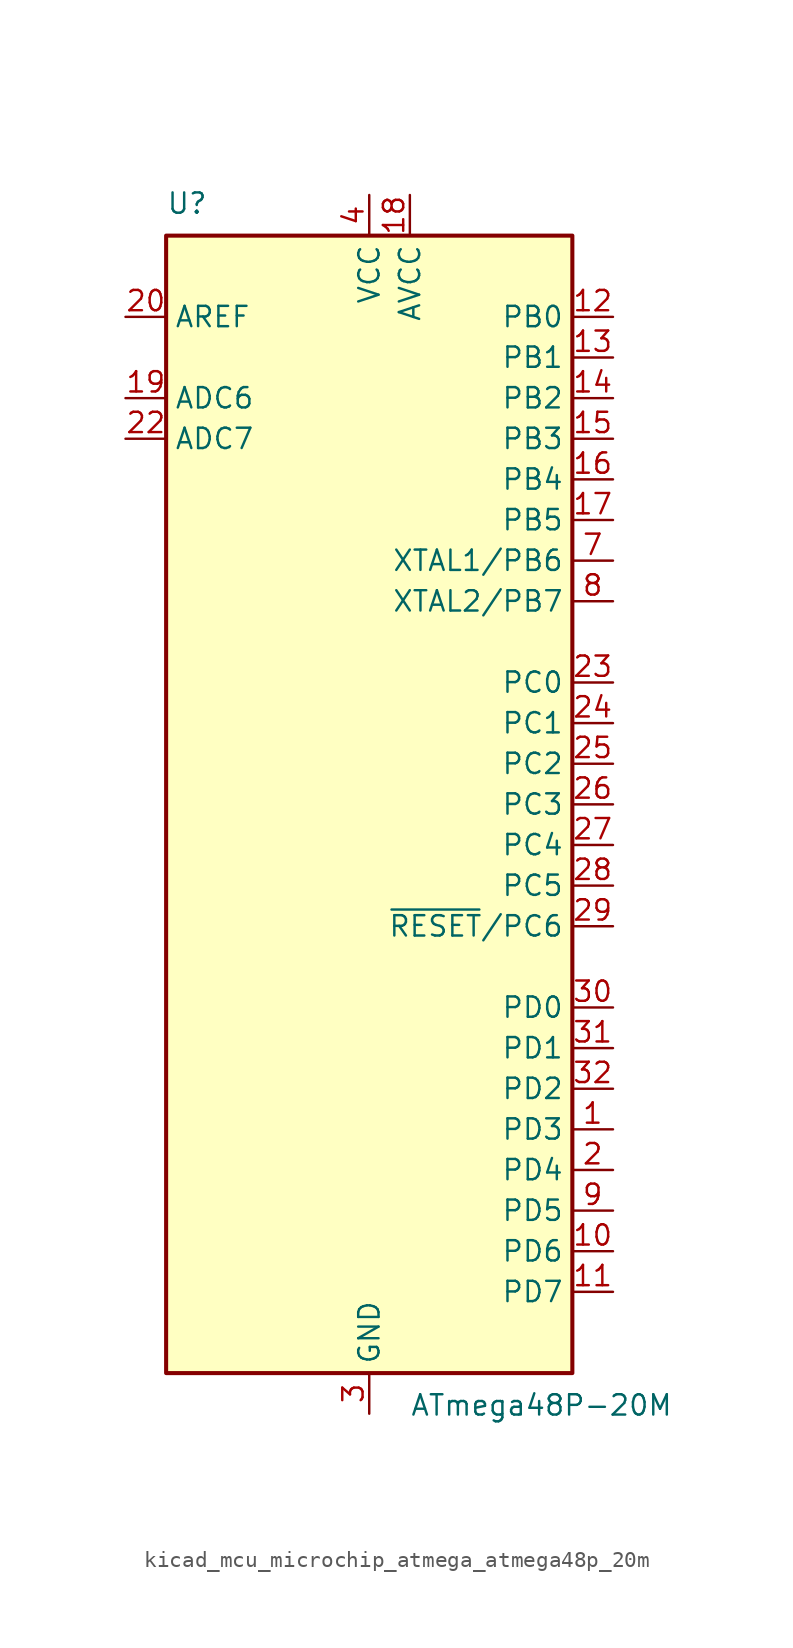
<source format=kicad_sym>
(kicad_symbol_lib
  (version 20220914)
  (generator kicad_symbol_editor)
  (symbol "kicad_mcu_microchip_atmega_atmega48p_20m"
    (property "Reference" "U"
      (at -12.7 36.83 0)
      (effects (font (size 1.27 1.27)) (justify left bottom)))
    (property "Value" "ATmega48P-20M"
      (at 2.54 -36.83 0)
      (effects (font (size 1.27 1.27)) (justify left top)))
    (symbol "kicad_mcu_microchip_atmega_atmega48p_20m_0_1"
      (rectangle (start -12.7 -35.56) (end 12.7 35.56) (stroke (width 0.254) (type default)) (fill (type background))))
    (symbol "kicad_mcu_microchip_atmega_atmega48p_20m_1_1"
      (pin bidirectional line (at 15.24 -20.32 180) (length 2.54) (name "PD3" (effects (font (size 1.27 1.27)))) (number "1" (effects (font (size 1.27 1.27)))))
      (pin bidirectional line (at 15.24 -27.94 180) (length 2.54) (name "PD6" (effects (font (size 1.27 1.27)))) (number "10" (effects (font (size 1.27 1.27)))))
      (pin bidirectional line (at 15.24 -30.48 180) (length 2.54) (name "PD7" (effects (font (size 1.27 1.27)))) (number "11" (effects (font (size 1.27 1.27)))))
      (pin bidirectional line (at 15.24 30.48 180) (length 2.54) (name "PB0" (effects (font (size 1.27 1.27)))) (number "12" (effects (font (size 1.27 1.27)))))
      (pin bidirectional line (at 15.24 27.94 180) (length 2.54) (name "PB1" (effects (font (size 1.27 1.27)))) (number "13" (effects (font (size 1.27 1.27)))))
      (pin bidirectional line (at 15.24 25.4 180) (length 2.54) (name "PB2" (effects (font (size 1.27 1.27)))) (number "14" (effects (font (size 1.27 1.27)))))
      (pin bidirectional line (at 15.24 22.86 180) (length 2.54) (name "PB3" (effects (font (size 1.27 1.27)))) (number "15" (effects (font (size 1.27 1.27)))))
      (pin bidirectional line (at 15.24 20.32 180) (length 2.54) (name "PB4" (effects (font (size 1.27 1.27)))) (number "16" (effects (font (size 1.27 1.27)))))
      (pin bidirectional line (at 15.24 17.78 180) (length 2.54) (name "PB5" (effects (font (size 1.27 1.27)))) (number "17" (effects (font (size 1.27 1.27)))))
      (pin power_in line (at 2.54 38.1 270) (length 2.54) (name "AVCC" (effects (font (size 1.27 1.27)))) (number "18" (effects (font (size 1.27 1.27)))))
      (pin input line (at -15.24 25.4 0) (length 2.54) (name "ADC6" (effects (font (size 1.27 1.27)))) (number "19" (effects (font (size 1.27 1.27)))))
      (pin bidirectional line (at 15.24 -22.86 180) (length 2.54) (name "PD4" (effects (font (size 1.27 1.27)))) (number "2" (effects (font (size 1.27 1.27)))))
      (pin passive line (at -15.24 30.48 0) (length 2.54) (name "AREF" (effects (font (size 1.27 1.27)))) (number "20" (effects (font (size 1.27 1.27)))))
      (pin passive line (at 0 -38.1 90) (length 2.54) hide (name "GND" (effects (font (size 1.27 1.27)))) (number "21" (effects (font (size 1.27 1.27)))))
      (pin input line (at -15.24 22.86 0) (length 2.54) (name "ADC7" (effects (font (size 1.27 1.27)))) (number "22" (effects (font (size 1.27 1.27)))))
      (pin bidirectional line (at 15.24 7.62 180) (length 2.54) (name "PC0" (effects (font (size 1.27 1.27)))) (number "23" (effects (font (size 1.27 1.27)))))
      (pin bidirectional line (at 15.24 5.08 180) (length 2.54) (name "PC1" (effects (font (size 1.27 1.27)))) (number "24" (effects (font (size 1.27 1.27)))))
      (pin bidirectional line (at 15.24 2.54 180) (length 2.54) (name "PC2" (effects (font (size 1.27 1.27)))) (number "25" (effects (font (size 1.27 1.27)))))
      (pin bidirectional line (at 15.24 0 180) (length 2.54) (name "PC3" (effects (font (size 1.27 1.27)))) (number "26" (effects (font (size 1.27 1.27)))))
      (pin bidirectional line (at 15.24 -2.54 180) (length 2.54) (name "PC4" (effects (font (size 1.27 1.27)))) (number "27" (effects (font (size 1.27 1.27)))))
      (pin bidirectional line (at 15.24 -5.08 180) (length 2.54) (name "PC5" (effects (font (size 1.27 1.27)))) (number "28" (effects (font (size 1.27 1.27)))))
      (pin bidirectional line (at 15.24 -7.62 180) (length 2.54) (name "~{RESET}/PC6" (effects (font (size 1.27 1.27)))) (number "29" (effects (font (size 1.27 1.27)))))
      (pin power_in line (at 0 -38.1 90) (length 2.54) (name "GND" (effects (font (size 1.27 1.27)))) (number "3" (effects (font (size 1.27 1.27)))))
      (pin bidirectional line (at 15.24 -12.7 180) (length 2.54) (name "PD0" (effects (font (size 1.27 1.27)))) (number "30" (effects (font (size 1.27 1.27)))))
      (pin bidirectional line (at 15.24 -15.24 180) (length 2.54) (name "PD1" (effects (font (size 1.27 1.27)))) (number "31" (effects (font (size 1.27 1.27)))))
      (pin bidirectional line (at 15.24 -17.78 180) (length 2.54) (name "PD2" (effects (font (size 1.27 1.27)))) (number "32" (effects (font (size 1.27 1.27)))))
      (pin passive line (at 0 -38.1 90) (length 2.54) hide (name "GND" (effects (font (size 1.27 1.27)))) (number "33" (effects (font (size 1.27 1.27)))))
      (pin power_in line (at 0 38.1 270) (length 2.54) (name "VCC" (effects (font (size 1.27 1.27)))) (number "4" (effects (font (size 1.27 1.27)))))
      (pin passive line (at 0 -38.1 90) (length 2.54) hide (name "GND" (effects (font (size 1.27 1.27)))) (number "5" (effects (font (size 1.27 1.27)))))
      (pin passive line (at 0 38.1 270) (length 2.54) hide (name "VCC" (effects (font (size 1.27 1.27)))) (number "6" (effects (font (size 1.27 1.27)))))
      (pin bidirectional line (at 15.24 15.24 180) (length 2.54) (name "XTAL1/PB6" (effects (font (size 1.27 1.27)))) (number "7" (effects (font (size 1.27 1.27)))))
      (pin bidirectional line (at 15.24 12.7 180) (length 2.54) (name "XTAL2/PB7" (effects (font (size 1.27 1.27)))) (number "8" (effects (font (size 1.27 1.27)))))
      (pin bidirectional line (at 15.24 -25.4 180) (length 2.54) (name "PD5" (effects (font (size 1.27 1.27)))) (number "9" (effects (font (size 1.27 1.27))))))))
</source>
